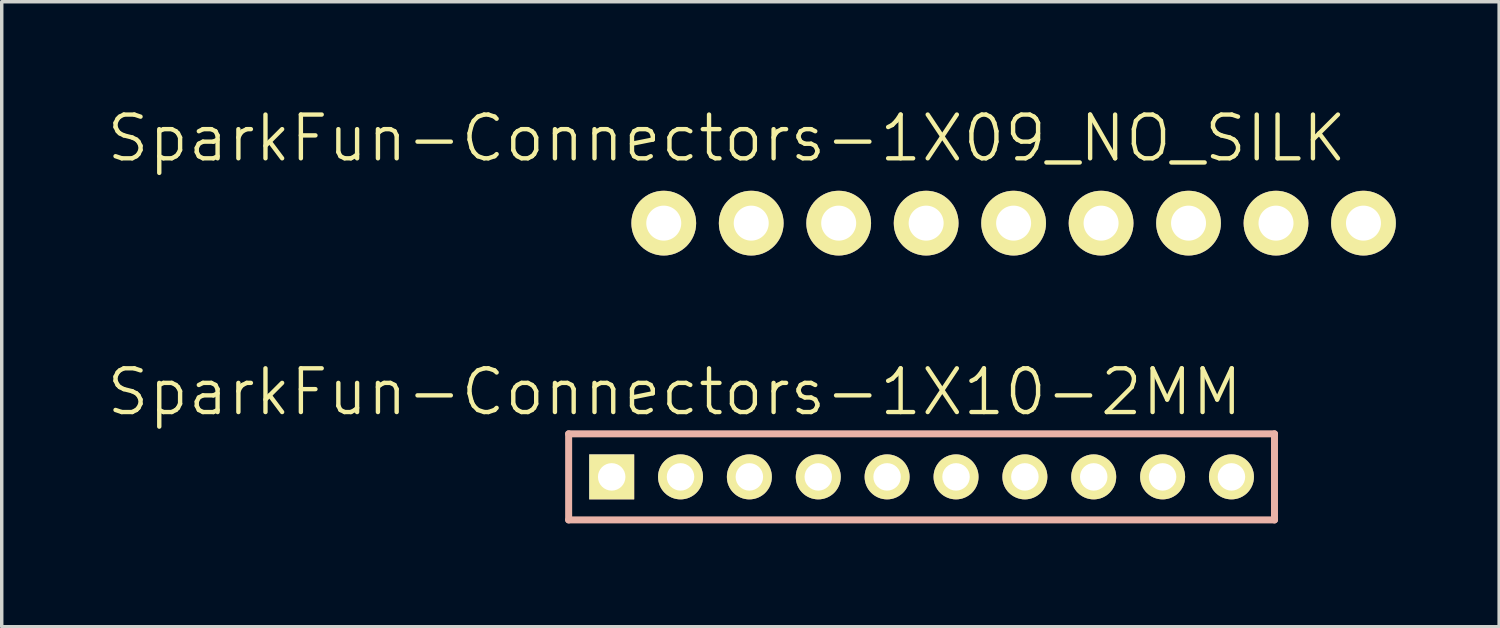
<source format=kicad_pcb>
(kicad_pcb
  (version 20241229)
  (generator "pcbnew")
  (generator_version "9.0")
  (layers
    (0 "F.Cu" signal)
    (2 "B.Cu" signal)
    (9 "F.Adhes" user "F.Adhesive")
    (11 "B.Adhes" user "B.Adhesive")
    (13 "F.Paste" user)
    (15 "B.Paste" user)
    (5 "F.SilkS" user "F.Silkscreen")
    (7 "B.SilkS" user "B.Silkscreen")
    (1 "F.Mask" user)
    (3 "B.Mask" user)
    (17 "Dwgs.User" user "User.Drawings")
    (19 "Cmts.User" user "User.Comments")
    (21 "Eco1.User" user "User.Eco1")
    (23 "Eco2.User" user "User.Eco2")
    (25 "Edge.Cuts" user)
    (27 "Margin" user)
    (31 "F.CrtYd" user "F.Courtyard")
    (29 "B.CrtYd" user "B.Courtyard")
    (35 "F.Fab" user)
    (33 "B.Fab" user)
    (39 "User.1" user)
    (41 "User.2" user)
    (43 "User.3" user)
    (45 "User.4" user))
  (footprint "SparkFun-Connectors-1X09_NO_SILK"
    (layer "F.Cu")
    (at 16.226 3.43)
    (property "Reference" "SparkFun-Connectors-1X09_NO_SILK" (at 1.829 -2.464 0) (layer "F.SilkS") (effects (font (size 1.27 1.27) (thickness 0.127))))
    (attr exclude_from_pos_files exclude_from_bom)
    (fp_line (start -0.254 -0.254) (end 0.254 -0.254) (stroke (width 0.066) (type solid)) (layer "F.SilkS"))
    (fp_line (start -0.254 0.254) (end -0.254 -0.254) (stroke (width 0.066) (type solid)) (layer "F.SilkS"))
    (fp_line (start -0.254 0.254) (end 0.254 0.254) (stroke (width 0.066) (type solid)) (layer "F.SilkS"))
    (fp_line (start 0.254 0.254) (end 0.254 -0.254) (stroke (width 0.066) (type solid)) (layer "F.SilkS"))
    (fp_line (start 2.286 -0.254) (end 2.794 -0.254) (stroke (width 0.066) (type solid)) (layer "F.SilkS"))
    (fp_line (start 2.286 0.254) (end 2.286 -0.254) (stroke (width 0.066) (type solid)) (layer "F.SilkS"))
    (fp_line (start 2.286 0.254) (end 2.794 0.254) (stroke (width 0.066) (type solid)) (layer "F.SilkS"))
    (fp_line (start 2.794 0.254) (end 2.794 -0.254) (stroke (width 0.066) (type solid)) (layer "F.SilkS"))
    (fp_line (start 4.826 -0.254) (end 5.334 -0.254) (stroke (width 0.066) (type solid)) (layer "F.SilkS"))
    (fp_line (start 4.826 0.254) (end 4.826 -0.254) (stroke (width 0.066) (type solid)) (layer "F.SilkS"))
    (fp_line (start 4.826 0.254) (end 5.334 0.254) (stroke (width 0.066) (type solid)) (layer "F.SilkS"))
    (fp_line (start 5.334 0.254) (end 5.334 -0.254) (stroke (width 0.066) (type solid)) (layer "F.SilkS"))
    (fp_line (start 7.366 -0.254) (end 7.874 -0.254) (stroke (width 0.066) (type solid)) (layer "F.SilkS"))
    (fp_line (start 7.366 0.254) (end 7.366 -0.254) (stroke (width 0.066) (type solid)) (layer "F.SilkS"))
    (fp_line (start 7.366 0.254) (end 7.874 0.254) (stroke (width 0.066) (type solid)) (layer "F.SilkS"))
    (fp_line (start 7.874 0.254) (end 7.874 -0.254) (stroke (width 0.066) (type solid)) (layer "F.SilkS"))
    (fp_line (start 9.906 -0.254) (end 10.414 -0.254) (stroke (width 0.066) (type solid)) (layer "F.SilkS"))
    (fp_line (start 9.906 0.254) (end 9.906 -0.254) (stroke (width 0.066) (type solid)) (layer "F.SilkS"))
    (fp_line (start 9.906 0.254) (end 10.414 0.254) (stroke (width 0.066) (type solid)) (layer "F.SilkS"))
    (fp_line (start 10.414 0.254) (end 10.414 -0.254) (stroke (width 0.066) (type solid)) (layer "F.SilkS"))
    (fp_line (start 12.446 -0.254) (end 12.954 -0.254) (stroke (width 0.066) (type solid)) (layer "F.SilkS"))
    (fp_line (start 12.446 0.254) (end 12.446 -0.254) (stroke (width 0.066) (type solid)) (layer "F.SilkS"))
    (fp_line (start 12.446 0.254) (end 12.954 0.254) (stroke (width 0.066) (type solid)) (layer "F.SilkS"))
    (fp_line (start 12.954 0.254) (end 12.954 -0.254) (stroke (width 0.066) (type solid)) (layer "F.SilkS"))
    (fp_line (start 14.986 -0.254) (end 15.494 -0.254) (stroke (width 0.066) (type solid)) (layer "F.SilkS"))
    (fp_line (start 14.986 0.254) (end 14.986 -0.254) (stroke (width 0.066) (type solid)) (layer "F.SilkS"))
    (fp_line (start 14.986 0.254) (end 15.494 0.254) (stroke (width 0.066) (type solid)) (layer "F.SilkS"))
    (fp_line (start 15.494 0.254) (end 15.494 -0.254) (stroke (width 0.066) (type solid)) (layer "F.SilkS"))
    (fp_line (start 17.523 -0.254) (end 18.034 -0.254) (stroke (width 0.066) (type solid)) (layer "F.SilkS"))
    (fp_line (start 17.523 0.254) (end 17.523 -0.254) (stroke (width 0.066) (type solid)) (layer "F.SilkS"))
    (fp_line (start 17.523 0.254) (end 18.034 0.254) (stroke (width 0.066) (type solid)) (layer "F.SilkS"))
    (fp_line (start 18.034 0.254) (end 18.034 -0.254) (stroke (width 0.066) (type solid)) (layer "F.SilkS"))
    (fp_line (start 20.066 -0.254) (end 20.574 -0.254) (stroke (width 0.066) (type solid)) (layer "F.SilkS"))
    (fp_line (start 20.066 0.254) (end 20.066 -0.254) (stroke (width 0.066) (type solid)) (layer "F.SilkS"))
    (fp_line (start 20.066 0.254) (end 20.574 0.254) (stroke (width 0.066) (type solid)) (layer "F.SilkS"))
    (fp_line (start 20.574 0.254) (end 20.574 -0.254) (stroke (width 0.066) (type solid)) (layer "F.SilkS"))
    (pad "1" thru_hole circle (at 0 0) (size 1.88 1.88) (drill 1.016) (layers "*.Cu" "F.Mask" "F.SilkS" "F.Paste"))
    (pad "2" thru_hole circle (at 2.54 0) (size 1.88 1.88) (drill 1.016) (layers "*.Cu" "F.Mask" "F.SilkS" "F.Paste"))
    (pad "3" thru_hole circle (at 5.08 0) (size 1.88 1.88) (drill 1.016) (layers "*.Cu" "F.Mask" "F.SilkS" "F.Paste"))
    (pad "4" thru_hole circle (at 7.62 0) (size 1.88 1.88) (drill 1.016) (layers "*.Cu" "F.Mask" "F.SilkS" "F.Paste"))
    (pad "5" thru_hole circle (at 10.16 0) (size 1.88 1.88) (drill 1.016) (layers "*.Cu" "F.Mask" "F.SilkS" "F.Paste"))
    (pad "6" thru_hole circle (at 12.7 0) (size 1.88 1.88) (drill 1.016) (layers "*.Cu" "F.Mask" "F.SilkS" "F.Paste"))
    (pad "7" thru_hole circle (at 15.24 0) (size 1.88 1.88) (drill 1.016) (layers "*.Cu" "F.Mask" "F.SilkS" "F.Paste"))
    (pad "8" thru_hole circle (at 17.78 0) (size 1.88 1.88) (drill 1.016) (layers "*.Cu" "F.Mask" "F.SilkS" "F.Paste"))
    (pad "9" thru_hole circle (at 20.32 0) (size 1.88 1.88) (drill 1.016) (layers "*.Cu" "F.Mask" "F.SilkS" "F.Paste")))
  (footprint "SparkFun-Connectors-1X10-2MM"
    (layer "F.Cu")
    (at 14.714 10.799)
    (property "Reference" "SparkFun-Connectors-1X10-2MM" (at 1.829 -2.464 0) (layer "F.SilkS") (effects (font (size 1.27 1.27) (thickness 0.127))))
    (attr exclude_from_pos_files exclude_from_bom)
    (fp_line (start -0.254 -0.254) (end 0.254 -0.254) (stroke (width 0.066) (type solid)) (layer "F.SilkS"))
    (fp_line (start -0.254 0.254) (end -0.254 -0.254) (stroke (width 0.066) (type solid)) (layer "F.SilkS"))
    (fp_line (start -0.254 0.254) (end 0.254 0.254) (stroke (width 0.066) (type solid)) (layer "F.SilkS"))
    (fp_line (start 0.254 0.254) (end 0.254 -0.254) (stroke (width 0.066) (type solid)) (layer "F.SilkS"))
    (fp_line (start 1.745 -0.254) (end 2.253 -0.254) (stroke (width 0.066) (type solid)) (layer "F.SilkS"))
    (fp_line (start 1.745 0.254) (end 1.745 -0.254) (stroke (width 0.066) (type solid)) (layer "F.SilkS"))
    (fp_line (start 1.745 0.254) (end 2.253 0.254) (stroke (width 0.066) (type solid)) (layer "F.SilkS"))
    (fp_line (start 2.253 0.254) (end 2.253 -0.254) (stroke (width 0.066) (type solid)) (layer "F.SilkS"))
    (fp_line (start 3.744 -0.254) (end 4.252 -0.254) (stroke (width 0.066) (type solid)) (layer "F.SilkS"))
    (fp_line (start 3.744 0.254) (end 3.744 -0.254) (stroke (width 0.066) (type solid)) (layer "F.SilkS"))
    (fp_line (start 3.744 0.254) (end 4.252 0.254) (stroke (width 0.066) (type solid)) (layer "F.SilkS"))
    (fp_line (start 4.252 0.254) (end 4.252 -0.254) (stroke (width 0.066) (type solid)) (layer "F.SilkS"))
    (fp_line (start 5.745 -0.254) (end 6.253 -0.254) (stroke (width 0.066) (type solid)) (layer "F.SilkS"))
    (fp_line (start 5.745 0.254) (end 5.745 -0.254) (stroke (width 0.066) (type solid)) (layer "F.SilkS"))
    (fp_line (start 5.745 0.254) (end 6.253 0.254) (stroke (width 0.066) (type solid)) (layer "F.SilkS"))
    (fp_line (start 6.253 0.254) (end 6.253 -0.254) (stroke (width 0.066) (type solid)) (layer "F.SilkS"))
    (fp_line (start 7.744 -0.254) (end 8.252 -0.254) (stroke (width 0.066) (type solid)) (layer "F.SilkS"))
    (fp_line (start 7.744 0.254) (end 7.744 -0.254) (stroke (width 0.066) (type solid)) (layer "F.SilkS"))
    (fp_line (start 7.744 0.254) (end 8.252 0.254) (stroke (width 0.066) (type solid)) (layer "F.SilkS"))
    (fp_line (start 8.252 0.254) (end 8.252 -0.254) (stroke (width 0.066) (type solid)) (layer "F.SilkS"))
    (fp_line (start 9.746 -0.254) (end 10.254 -0.254) (stroke (width 0.066) (type solid)) (layer "F.SilkS"))
    (fp_line (start 9.746 0.254) (end 9.746 -0.254) (stroke (width 0.066) (type solid)) (layer "F.SilkS"))
    (fp_line (start 9.746 0.254) (end 10.254 0.254) (stroke (width 0.066) (type solid)) (layer "F.SilkS"))
    (fp_line (start 10.254 0.254) (end 10.254 -0.254) (stroke (width 0.066) (type solid)) (layer "F.SilkS"))
    (fp_line (start 11.745 -0.254) (end 12.253 -0.254) (stroke (width 0.066) (type solid)) (layer "F.SilkS"))
    (fp_line (start 11.745 0.254) (end 11.745 -0.254) (stroke (width 0.066) (type solid)) (layer "F.SilkS"))
    (fp_line (start 11.745 0.254) (end 12.253 0.254) (stroke (width 0.066) (type solid)) (layer "F.SilkS"))
    (fp_line (start 12.253 0.254) (end 12.253 -0.254) (stroke (width 0.066) (type solid)) (layer "F.SilkS"))
    (fp_line (start 13.744 -0.254) (end 14.252 -0.254) (stroke (width 0.066) (type solid)) (layer "F.SilkS"))
    (fp_line (start 13.744 0.254) (end 13.744 -0.254) (stroke (width 0.066) (type solid)) (layer "F.SilkS"))
    (fp_line (start 13.744 0.254) (end 14.252 0.254) (stroke (width 0.066) (type solid)) (layer "F.SilkS"))
    (fp_line (start 14.252 0.254) (end 14.252 -0.254) (stroke (width 0.066) (type solid)) (layer "F.SilkS"))
    (fp_line (start 15.745 -0.254) (end 16.253 -0.254) (stroke (width 0.066) (type solid)) (layer "F.SilkS"))
    (fp_line (start 15.745 0.254) (end 15.745 -0.254) (stroke (width 0.066) (type solid)) (layer "F.SilkS"))
    (fp_line (start 15.745 0.254) (end 16.253 0.254) (stroke (width 0.066) (type solid)) (layer "F.SilkS"))
    (fp_line (start 16.253 0.254) (end 16.253 -0.254) (stroke (width 0.066) (type solid)) (layer "F.SilkS"))
    (fp_line (start 17.744 -0.254) (end 18.252 -0.254) (stroke (width 0.066) (type solid)) (layer "F.SilkS"))
    (fp_line (start 17.744 0.254) (end 17.744 -0.254) (stroke (width 0.066) (type solid)) (layer "F.SilkS"))
    (fp_line (start 17.744 0.254) (end 18.252 0.254) (stroke (width 0.066) (type solid)) (layer "F.SilkS"))
    (fp_line (start 18.252 0.254) (end 18.252 -0.254) (stroke (width 0.066) (type solid)) (layer "F.SilkS"))
    (fp_line (start -1.25 -1.25) (end -1.25 1.25) (stroke (width 0.203) (type solid)) (layer "B.SilkS"))
    (fp_line (start -1.25 -1.25) (end 19.248 -1.25) (stroke (width 0.203) (type solid)) (layer "B.SilkS"))
    (fp_line (start 19.248 -1.25) (end 19.248 1.25) (stroke (width 0.203) (type solid)) (layer "B.SilkS"))
    (fp_line (start 19.248 1.25) (end -1.25 1.25) (stroke (width 0.203) (type solid)) (layer "B.SilkS"))
    (pad "1" thru_hole rect (at 0 0) (size 1.306 1.306) (drill 0.798) (layers "*.Cu" "F.Mask" "F.SilkS" "F.Paste"))
    (pad "2" thru_hole circle (at 1.999 0) (size 1.306 1.306) (drill 0.798) (layers "*.Cu" "F.Mask" "F.SilkS" "F.Paste"))
    (pad "3" thru_hole circle (at 3.998 0) (size 1.306 1.306) (drill 0.798) (layers "*.Cu" "F.Mask" "F.SilkS" "F.Paste"))
    (pad "4" thru_hole circle (at 5.999 0) (size 1.306 1.306) (drill 0.798) (layers "*.Cu" "F.Mask" "F.SilkS" "F.Paste"))
    (pad "5" thru_hole circle (at 7.998 0) (size 1.306 1.306) (drill 0.798) (layers "*.Cu" "F.Mask" "F.SilkS" "F.Paste"))
    (pad "6" thru_hole circle (at 10 0) (size 1.306 1.306) (drill 0.798) (layers "*.Cu" "F.Mask" "F.SilkS" "F.Paste"))
    (pad "7" thru_hole circle (at 11.999 0) (size 1.306 1.306) (drill 0.798) (layers "*.Cu" "F.Mask" "F.SilkS" "F.Paste"))
    (pad "8" thru_hole circle (at 13.998 0) (size 1.306 1.306) (drill 0.798) (layers "*.Cu" "F.Mask" "F.SilkS" "F.Paste"))
    (pad "9" thru_hole circle (at 15.999 0) (size 1.306 1.306) (drill 0.798) (layers "*.Cu" "F.Mask" "F.SilkS" "F.Paste"))
    (pad "10" thru_hole circle (at 17.998 0) (size 1.306 1.306) (drill 0.798) (layers "*.Cu" "F.Mask" "F.SilkS" "F.Paste")))
  (gr_rect
    (start -3 -3)
    (end 40.486 15.15)
    (stroke (width 0.1) (type default))
    (fill no)
    (layer "Edge.Cuts")))
</source>
